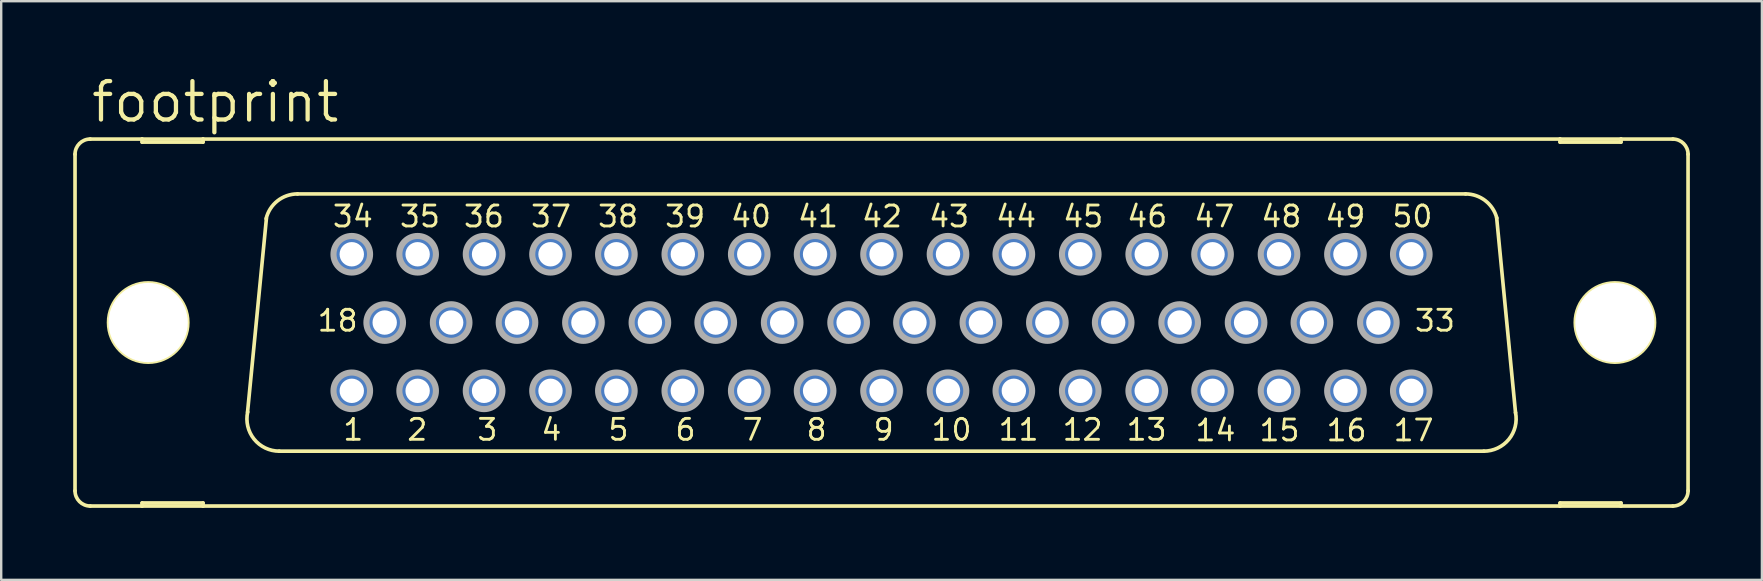
<source format=kicad_pcb>
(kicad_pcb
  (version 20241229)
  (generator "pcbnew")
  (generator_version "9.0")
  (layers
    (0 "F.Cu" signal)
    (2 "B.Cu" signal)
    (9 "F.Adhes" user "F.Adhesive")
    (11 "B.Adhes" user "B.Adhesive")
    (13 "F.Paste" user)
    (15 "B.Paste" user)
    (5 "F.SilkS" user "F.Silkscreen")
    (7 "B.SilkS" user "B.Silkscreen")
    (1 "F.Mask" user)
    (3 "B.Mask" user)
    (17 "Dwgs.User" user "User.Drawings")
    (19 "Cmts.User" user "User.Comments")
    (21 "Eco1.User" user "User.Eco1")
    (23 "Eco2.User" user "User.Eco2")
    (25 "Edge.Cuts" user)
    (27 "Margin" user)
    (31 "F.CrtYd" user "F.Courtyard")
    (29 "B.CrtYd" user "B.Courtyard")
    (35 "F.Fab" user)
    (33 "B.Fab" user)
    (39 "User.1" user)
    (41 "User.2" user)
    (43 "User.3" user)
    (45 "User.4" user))
  (footprint "footprint"
    (layer "F.Cu")
    (at 33.68 10.389)
    (property "Reference" "footprint" (at -33.02 -8.255 0) (layer "F.SilkS") (effects (font (size 1.6 1.6) (thickness 0.178)) (justify left bottom)))
    (fp_line (start -33.604 7.01) (end -33.604 -7.01) (stroke (width 0.152) (type solid)) (layer "F.SilkS"))
    (fp_line (start -32.969 7.645) (end -30.81 7.645) (stroke (width 0.152) (type solid)) (layer "F.SilkS"))
    (fp_line (start -30.81 -7.645) (end -32.969 -7.645) (stroke (width 0.152) (type solid)) (layer "F.SilkS"))
    (fp_line (start -30.81 -7.518) (end -30.81 -7.645) (stroke (width 0.152) (type solid)) (layer "F.SilkS"))
    (fp_line (start -30.81 7.518) (end -30.81 7.645) (stroke (width 0.152) (type solid)) (layer "F.SilkS"))
    (fp_line (start -30.81 7.645) (end -28.27 7.645) (stroke (width 0.152) (type solid)) (layer "F.SilkS"))
    (fp_line (start -28.27 -7.645) (end -30.81 -7.645) (stroke (width 0.152) (type solid)) (layer "F.SilkS"))
    (fp_line (start -28.27 -7.645) (end -28.27 -7.518) (stroke (width 0.152) (type solid)) (layer "F.SilkS"))
    (fp_line (start -28.27 -7.518) (end -30.81 -7.518) (stroke (width 0.152) (type solid)) (layer "F.SilkS"))
    (fp_line (start -28.27 7.518) (end -30.81 7.518) (stroke (width 0.152) (type solid)) (layer "F.SilkS"))
    (fp_line (start -28.27 7.645) (end -28.27 7.518) (stroke (width 0.152) (type solid)) (layer "F.SilkS"))
    (fp_line (start -28.27 7.645) (end 28.27 7.645) (stroke (width 0.152) (type solid)) (layer "F.SilkS"))
    (fp_line (start -26.416 3.734) (end -25.629 -4.343) (stroke (width 0.152) (type solid)) (layer "F.SilkS"))
    (fp_line (start 24.333 -5.359) (end -24.333 -5.359) (stroke (width 0.152) (type solid)) (layer "F.SilkS"))
    (fp_line (start 25.095 5.359) (end -25.095 5.359) (stroke (width 0.152) (type solid)) (layer "F.SilkS"))
    (fp_line (start 25.629 -4.369) (end 26.416 3.759) (stroke (width 0.152) (type solid)) (layer "F.SilkS"))
    (fp_line (start 28.27 -7.645) (end -28.27 -7.645) (stroke (width 0.152) (type solid)) (layer "F.SilkS"))
    (fp_line (start 28.27 -7.518) (end 28.27 -7.645) (stroke (width 0.152) (type solid)) (layer "F.SilkS"))
    (fp_line (start 28.27 7.518) (end 28.27 7.645) (stroke (width 0.152) (type solid)) (layer "F.SilkS"))
    (fp_line (start 28.27 7.645) (end 30.81 7.645) (stroke (width 0.152) (type solid)) (layer "F.SilkS"))
    (fp_line (start 30.81 -7.645) (end 28.27 -7.645) (stroke (width 0.152) (type solid)) (layer "F.SilkS"))
    (fp_line (start 30.81 -7.645) (end 30.81 -7.518) (stroke (width 0.152) (type solid)) (layer "F.SilkS"))
    (fp_line (start 30.81 -7.518) (end 28.27 -7.518) (stroke (width 0.152) (type solid)) (layer "F.SilkS"))
    (fp_line (start 30.81 7.518) (end 28.27 7.518) (stroke (width 0.152) (type solid)) (layer "F.SilkS"))
    (fp_line (start 30.81 7.645) (end 30.81 7.518) (stroke (width 0.152) (type solid)) (layer "F.SilkS"))
    (fp_line (start 30.81 7.645) (end 32.969 7.645) (stroke (width 0.152) (type solid)) (layer "F.SilkS"))
    (fp_line (start 32.969 -7.645) (end 30.81 -7.645) (stroke (width 0.152) (type solid)) (layer "F.SilkS"))
    (fp_line (start 33.604 7.01) (end 33.604 -7.01) (stroke (width 0.152) (type solid)) (layer "F.SilkS"))
    (fp_arc (start -33.6042 -7.0104) (mid -33.418213 -7.459413) (end -32.9692 -7.6454) (stroke (width 0.1524) (type solid)) (layer "F.SilkS"))
    (fp_arc (start -32.9692 7.6454) (mid -33.418213 7.459413) (end -33.6042 7.0104) (stroke (width 0.1524) (type solid)) (layer "F.SilkS"))
    (fp_arc (start -25.6422 -4.3274) (mid -25.166655 -5.070446) (end -24.333199 -5.3596) (stroke (width 0.1524) (type solid)) (layer "F.SilkS"))
    (fp_arc (start -25.0952 5.3591) (mid -26.143577 4.85738) (end -26.4105 3.7262) (stroke (width 0.1524) (type solid)) (layer "F.SilkS"))
    (fp_arc (start 24.3332 -5.3594) (mid 25.1567 -5.078145) (end 25.6361 -4.3519) (stroke (width 0.1524) (type solid)) (layer "F.SilkS"))
    (fp_arc (start 26.4153 3.7492) (mid 26.136282 4.866684) (end 25.0952 5.3594) (stroke (width 0.1524) (type solid)) (layer "F.SilkS"))
    (fp_arc (start 32.9692 -7.6454) (mid 33.418213 -7.459413) (end 33.6042 -7.0104) (stroke (width 0.1524) (type solid)) (layer "F.SilkS"))
    (fp_arc (start 33.6042 7.0104) (mid 33.418213 7.459413) (end 32.9692 7.6454) (stroke (width 0.1524) (type solid)) (layer "F.SilkS"))
    (fp_circle (center -30.556 0) (end -28.905 0) (stroke (width 0.152) (type solid)) (fill no) (layer "F.SilkS"))
    (fp_circle (center 30.556 0) (end 32.207 0) (stroke (width 0.152) (type solid)) (fill no) (layer "F.SilkS"))
    (fp_circle (center -22.073 -2.845) (end -21.311 -2.845) (stroke (width 0.254) (type solid)) (fill no) (layer "F.Fab"))
    (fp_circle (center -22.073 2.845) (end -21.311 2.845) (stroke (width 0.254) (type solid)) (fill no) (layer "F.Fab"))
    (fp_circle (center -20.701 0) (end -19.939 0) (stroke (width 0.254) (type solid)) (fill no) (layer "F.Fab"))
    (fp_circle (center -19.329 -2.845) (end -18.567 -2.845) (stroke (width 0.254) (type solid)) (fill no) (layer "F.Fab"))
    (fp_circle (center -19.329 2.845) (end -18.567 2.845) (stroke (width 0.254) (type solid)) (fill no) (layer "F.Fab"))
    (fp_circle (center -17.932 0) (end -17.17 0) (stroke (width 0.254) (type solid)) (fill no) (layer "F.Fab"))
    (fp_circle (center -16.561 -2.845) (end -15.799 -2.845) (stroke (width 0.254) (type solid)) (fill no) (layer "F.Fab"))
    (fp_circle (center -16.561 2.845) (end -15.799 2.845) (stroke (width 0.254) (type solid)) (fill no) (layer "F.Fab"))
    (fp_circle (center -15.189 0) (end -14.427 0) (stroke (width 0.254) (type solid)) (fill no) (layer "F.Fab"))
    (fp_circle (center -13.792 -2.845) (end -13.03 -2.845) (stroke (width 0.254) (type solid)) (fill no) (layer "F.Fab"))
    (fp_circle (center -13.792 2.845) (end -13.03 2.845) (stroke (width 0.254) (type solid)) (fill no) (layer "F.Fab"))
    (fp_circle (center -12.421 0) (end -11.659 0) (stroke (width 0.254) (type solid)) (fill no) (layer "F.Fab"))
    (fp_circle (center -11.049 -2.845) (end -10.287 -2.845) (stroke (width 0.254) (type solid)) (fill no) (layer "F.Fab"))
    (fp_circle (center -11.049 2.845) (end -10.287 2.845) (stroke (width 0.254) (type solid)) (fill no) (layer "F.Fab"))
    (fp_circle (center -9.652 0) (end -8.89 0) (stroke (width 0.254) (type solid)) (fill no) (layer "F.Fab"))
    (fp_circle (center -8.28 -2.845) (end -7.518 -2.845) (stroke (width 0.254) (type solid)) (fill no) (layer "F.Fab"))
    (fp_circle (center -8.28 2.845) (end -7.518 2.845) (stroke (width 0.254) (type solid)) (fill no) (layer "F.Fab"))
    (fp_circle (center -6.909 0) (end -6.147 0) (stroke (width 0.254) (type solid)) (fill no) (layer "F.Fab"))
    (fp_circle (center -5.512 -2.845) (end -4.75 -2.845) (stroke (width 0.254) (type solid)) (fill no) (layer "F.Fab"))
    (fp_circle (center -5.512 2.845) (end -4.75 2.845) (stroke (width 0.254) (type solid)) (fill no) (layer "F.Fab"))
    (fp_circle (center -4.14 0) (end -3.378 0) (stroke (width 0.254) (type solid)) (fill no) (layer "F.Fab"))
    (fp_circle (center -2.769 -2.845) (end -2.007 -2.845) (stroke (width 0.254) (type solid)) (fill no) (layer "F.Fab"))
    (fp_circle (center -2.769 2.845) (end -2.007 2.845) (stroke (width 0.254) (type solid)) (fill no) (layer "F.Fab"))
    (fp_circle (center -1.372 0) (end -0.61 0) (stroke (width 0.254) (type solid)) (fill no) (layer "F.Fab"))
    (fp_circle (center 0 -2.845) (end 0.762 -2.845) (stroke (width 0.254) (type solid)) (fill no) (layer "F.Fab"))
    (fp_circle (center 0 2.845) (end 0.762 2.845) (stroke (width 0.254) (type solid)) (fill no) (layer "F.Fab"))
    (fp_circle (center 1.372 0) (end 2.134 0) (stroke (width 0.254) (type solid)) (fill no) (layer "F.Fab"))
    (fp_circle (center 2.769 -2.845) (end 3.531 -2.845) (stroke (width 0.254) (type solid)) (fill no) (layer "F.Fab"))
    (fp_circle (center 2.769 2.845) (end 3.531 2.845) (stroke (width 0.254) (type solid)) (fill no) (layer "F.Fab"))
    (fp_circle (center 4.14 0) (end 4.902 0) (stroke (width 0.254) (type solid)) (fill no) (layer "F.Fab"))
    (fp_circle (center 5.512 -2.845) (end 6.274 -2.845) (stroke (width 0.254) (type solid)) (fill no) (layer "F.Fab"))
    (fp_circle (center 5.512 2.845) (end 6.274 2.845) (stroke (width 0.254) (type solid)) (fill no) (layer "F.Fab"))
    (fp_circle (center 6.909 0) (end 7.671 0) (stroke (width 0.254) (type solid)) (fill no) (layer "F.Fab"))
    (fp_circle (center 8.28 -2.845) (end 9.042 -2.845) (stroke (width 0.254) (type solid)) (fill no) (layer "F.Fab"))
    (fp_circle (center 8.28 2.845) (end 9.042 2.845) (stroke (width 0.254) (type solid)) (fill no) (layer "F.Fab"))
    (fp_circle (center 9.652 0) (end 10.414 0) (stroke (width 0.254) (type solid)) (fill no) (layer "F.Fab"))
    (fp_circle (center 11.049 -2.845) (end 11.811 -2.845) (stroke (width 0.254) (type solid)) (fill no) (layer "F.Fab"))
    (fp_circle (center 11.049 2.845) (end 11.811 2.845) (stroke (width 0.254) (type solid)) (fill no) (layer "F.Fab"))
    (fp_circle (center 12.421 0) (end 13.183 0) (stroke (width 0.254) (type solid)) (fill no) (layer "F.Fab"))
    (fp_circle (center 13.792 -2.845) (end 14.554 -2.845) (stroke (width 0.254) (type solid)) (fill no) (layer "F.Fab"))
    (fp_circle (center 13.792 2.845) (end 14.554 2.845) (stroke (width 0.254) (type solid)) (fill no) (layer "F.Fab"))
    (fp_circle (center 15.189 0) (end 15.951 0) (stroke (width 0.254) (type solid)) (fill no) (layer "F.Fab"))
    (fp_circle (center 16.561 -2.845) (end 17.323 -2.845) (stroke (width 0.254) (type solid)) (fill no) (layer "F.Fab"))
    (fp_circle (center 16.561 2.845) (end 17.323 2.845) (stroke (width 0.254) (type solid)) (fill no) (layer "F.Fab"))
    (fp_circle (center 17.932 0) (end 18.694 0) (stroke (width 0.254) (type solid)) (fill no) (layer "F.Fab"))
    (fp_circle (center 19.329 -2.845) (end 20.091 -2.845) (stroke (width 0.254) (type solid)) (fill no) (layer "F.Fab"))
    (fp_circle (center 19.329 2.845) (end 20.091 2.845) (stroke (width 0.254) (type solid)) (fill no) (layer "F.Fab"))
    (fp_circle (center 20.701 0) (end 21.463 0) (stroke (width 0.254) (type solid)) (fill no) (layer "F.Fab"))
    (fp_circle (center 22.073 -2.845) (end 22.835 -2.845) (stroke (width 0.254) (type solid)) (fill no) (layer "F.Fab"))
    (fp_circle (center 22.073 2.845) (end 22.835 2.845) (stroke (width 0.254) (type solid)) (fill no) (layer "F.Fab"))
    (fp_text user "35" (at -20.142 -3.912 0) (layer "F.SilkS") (effects (font (size 0.872 0.872) (thickness 0.119)) (justify left bottom)))
    (fp_text user "13" (at 10.135 4.978 0) (layer "F.SilkS") (effects (font (size 0.872 0.872) (thickness 0.119)) (justify left bottom)))
    (fp_text user "17" (at 21.26 5.004 0) (layer "F.SilkS") (effects (font (size 0.872 0.872) (thickness 0.119)) (justify left bottom)))
    (fp_text user "16" (at 18.466 5.004 0) (layer "F.SilkS") (effects (font (size 0.872 0.872) (thickness 0.119)) (justify left bottom)))
    (fp_text user "7" (at -5.867 4.978 0) (layer "F.SilkS") (effects (font (size 0.872 0.872) (thickness 0.119)) (justify left bottom)))
    (fp_text user "4" (at -14.249 4.978 0) (layer "F.SilkS") (effects (font (size 0.872 0.872) (thickness 0.119)) (justify left bottom)))
    (fp_text user "38" (at -11.887 -3.912 0) (layer "F.SilkS") (effects (font (size 0.872 0.872) (thickness 0.119)) (justify left bottom)))
    (fp_text user "18" (at -23.571 0.432 0) (layer "F.SilkS") (effects (font (size 0.872 0.872) (thickness 0.119)) (justify left bottom)))
    (fp_text user "9" (at -0.406 4.978 0) (layer "F.SilkS") (effects (font (size 0.872 0.872) (thickness 0.119)) (justify left bottom)))
    (fp_text user "8" (at -3.2 4.978 0) (layer "F.SilkS") (effects (font (size 0.872 0.872) (thickness 0.119)) (justify left bottom)))
    (fp_text user "45" (at 7.493 -3.912 0) (layer "F.SilkS") (effects (font (size 0.872 0.872) (thickness 0.119)) (justify left bottom)))
    (fp_text user "50" (at 21.209 -3.912 0) (layer "F.SilkS") (effects (font (size 0.872 0.872) (thickness 0.119)) (justify left bottom)))
    (fp_text user "47" (at 12.954 -3.912 0) (layer "F.SilkS") (effects (font (size 0.872 0.872) (thickness 0.119)) (justify left bottom)))
    (fp_text user "42" (at -0.889 -3.912 0) (layer "F.SilkS") (effects (font (size 0.872 0.872) (thickness 0.119)) (justify left bottom)))
    (fp_text user "40" (at -6.35 -3.912 0) (layer "F.SilkS") (effects (font (size 0.872 0.872) (thickness 0.119)) (justify left bottom)))
    (fp_text user "44" (at 4.699 -3.912 0) (layer "F.SilkS") (effects (font (size 0.872 0.872) (thickness 0.119)) (justify left bottom)))
    (fp_text user "2" (at -19.837 4.978 0) (layer "F.SilkS") (effects (font (size 0.872 0.872) (thickness 0.119)) (justify left bottom)))
    (fp_text user "14" (at 13.005 5.004 0) (layer "F.SilkS") (effects (font (size 0.872 0.872) (thickness 0.119)) (justify left bottom)))
    (fp_text user "33" (at 22.149 0.432 0) (layer "F.SilkS") (effects (font (size 0.872 0.872) (thickness 0.119)) (justify left bottom)))
    (fp_text user "37" (at -14.681 -3.912 0) (layer "F.SilkS") (effects (font (size 0.872 0.872) (thickness 0.119)) (justify left bottom)))
    (fp_text user "49" (at 18.415 -3.912 0) (layer "F.SilkS") (effects (font (size 0.872 0.872) (thickness 0.119)) (justify left bottom)))
    (fp_text user "3" (at -16.916 4.978 0) (layer "F.SilkS") (effects (font (size 0.872 0.872) (thickness 0.119)) (justify left bottom)))
    (fp_text user "10" (at 2.007 4.978 0) (layer "F.SilkS") (effects (font (size 0.872 0.872) (thickness 0.119)) (justify left bottom)))
    (fp_text user "34" (at -22.936 -3.912 0) (layer "F.SilkS") (effects (font (size 0.872 0.872) (thickness 0.119)) (justify left bottom)))
    (fp_text user "11" (at 4.801 4.978 0) (layer "F.SilkS") (effects (font (size 0.872 0.872) (thickness 0.119)) (justify left bottom)))
    (fp_text user "43" (at 1.905 -3.912 0) (layer "F.SilkS") (effects (font (size 0.872 0.872) (thickness 0.119)) (justify left bottom)))
    (fp_text user "12" (at 7.468 4.978 0) (layer "F.SilkS") (effects (font (size 0.872 0.872) (thickness 0.119)) (justify left bottom)))
    (fp_text user "5" (at -11.455 4.978 0) (layer "F.SilkS") (effects (font (size 0.872 0.872) (thickness 0.119)) (justify left bottom)))
    (fp_text user "36" (at -17.475 -3.912 0) (layer "F.SilkS") (effects (font (size 0.872 0.872) (thickness 0.119)) (justify left bottom)))
    (fp_text user "46" (at 10.16 -3.912 0) (layer "F.SilkS") (effects (font (size 0.872 0.872) (thickness 0.119)) (justify left bottom)))
    (fp_text user "6" (at -8.661 4.978 0) (layer "F.SilkS") (effects (font (size 0.872 0.872) (thickness 0.119)) (justify left bottom)))
    (fp_text user "15" (at 15.672 5.004 0) (layer "F.SilkS") (effects (font (size 0.872 0.872) (thickness 0.119)) (justify left bottom)))
    (fp_text user "39" (at -9.093 -3.912 0) (layer "F.SilkS") (effects (font (size 0.872 0.872) (thickness 0.119)) (justify left bottom)))
    (fp_text user "1" (at -22.504 4.978 0) (layer "F.SilkS") (effects (font (size 0.872 0.872) (thickness 0.119)) (justify left bottom)))
    (fp_text user "41" (at -3.556 -3.912 0) (layer "F.SilkS") (effects (font (size 0.872 0.872) (thickness 0.119)) (justify left bottom)))
    (fp_text user "48" (at 15.748 -3.912 0) (layer "F.SilkS") (effects (font (size 0.872 0.872) (thickness 0.119)) (justify left bottom)))
    (pad "" np_thru_hole circle (at -30.556 0) (size 3.302 3.302) (drill 3.302) (layers "*.Cu" "*.Mask"))
    (pad "" np_thru_hole circle (at 30.556 0) (size 3.302 3.302) (drill 3.302) (layers "*.Cu" "*.Mask"))
    (pad "1" thru_hole roundrect (at -22.073 2.845) (size 1.524 1.524) (drill 1.016) (layers "*.Cu" "*.Mask") (roundrect_rratio 0.25) (chamfer_ratio 0.25) (chamfer top_left top_right bottom_left bottom_right))
    (pad "2" thru_hole roundrect (at -19.329 2.845) (size 1.524 1.524) (drill 1.016) (layers "*.Cu" "*.Mask") (roundrect_rratio 0.25) (chamfer_ratio 0.25) (chamfer top_left top_right bottom_left bottom_right))
    (pad "3" thru_hole roundrect (at -16.561 2.845) (size 1.524 1.524) (drill 1.016) (layers "*.Cu" "*.Mask") (roundrect_rratio 0.25) (chamfer_ratio 0.25) (chamfer top_left top_right bottom_left bottom_right))
    (pad "4" thru_hole roundrect (at -13.792 2.845) (size 1.524 1.524) (drill 1.016) (layers "*.Cu" "*.Mask") (roundrect_rratio 0.25) (chamfer_ratio 0.25) (chamfer top_left top_right bottom_left bottom_right))
    (pad "5" thru_hole roundrect (at -11.049 2.845) (size 1.524 1.524) (drill 1.016) (layers "*.Cu" "*.Mask") (roundrect_rratio 0.25) (chamfer_ratio 0.25) (chamfer top_left top_right bottom_left bottom_right))
    (pad "6" thru_hole roundrect (at -8.28 2.845) (size 1.524 1.524) (drill 1.016) (layers "*.Cu" "*.Mask") (roundrect_rratio 0.25) (chamfer_ratio 0.25) (chamfer top_left top_right bottom_left bottom_right))
    (pad "7" thru_hole roundrect (at -5.512 2.845) (size 1.524 1.524) (drill 1.016) (layers "*.Cu" "*.Mask") (roundrect_rratio 0.25) (chamfer_ratio 0.25) (chamfer top_left top_right bottom_left bottom_right))
    (pad "8" thru_hole roundrect (at -2.769 2.845) (size 1.524 1.524) (drill 1.016) (layers "*.Cu" "*.Mask") (roundrect_rratio 0.25) (chamfer_ratio 0.25) (chamfer top_left top_right bottom_left bottom_right))
    (pad "9" thru_hole roundrect (at 0 2.845) (size 1.524 1.524) (drill 1.016) (layers "*.Cu" "*.Mask") (roundrect_rratio 0.25) (chamfer_ratio 0.25) (chamfer top_left top_right bottom_left bottom_right))
    (pad "10" thru_hole roundrect (at 2.769 2.845) (size 1.524 1.524) (drill 1.016) (layers "*.Cu" "*.Mask") (roundrect_rratio 0.25) (chamfer_ratio 0.25) (chamfer top_left top_right bottom_left bottom_right))
    (pad "11" thru_hole roundrect (at 5.512 2.845) (size 1.524 1.524) (drill 1.016) (layers "*.Cu" "*.Mask") (roundrect_rratio 0.25) (chamfer_ratio 0.25) (chamfer top_left top_right bottom_left bottom_right))
    (pad "12" thru_hole roundrect (at 8.28 2.845) (size 1.524 1.524) (drill 1.016) (layers "*.Cu" "*.Mask") (roundrect_rratio 0.25) (chamfer_ratio 0.25) (chamfer top_left top_right bottom_left bottom_right))
    (pad "13" thru_hole roundrect (at 11.049 2.845) (size 1.524 1.524) (drill 1.016) (layers "*.Cu" "*.Mask") (roundrect_rratio 0.25) (chamfer_ratio 0.25) (chamfer top_left top_right bottom_left bottom_right))
    (pad "14" thru_hole roundrect (at 13.792 2.845) (size 1.524 1.524) (drill 1.016) (layers "*.Cu" "*.Mask") (roundrect_rratio 0.25) (chamfer_ratio 0.25) (chamfer top_left top_right bottom_left bottom_right))
    (pad "15" thru_hole roundrect (at 16.561 2.845) (size 1.524 1.524) (drill 1.016) (layers "*.Cu" "*.Mask") (roundrect_rratio 0.25) (chamfer_ratio 0.25) (chamfer top_left top_right bottom_left bottom_right))
    (pad "16" thru_hole roundrect (at 19.329 2.845) (size 1.524 1.524) (drill 1.016) (layers "*.Cu" "*.Mask") (roundrect_rratio 0.25) (chamfer_ratio 0.25) (chamfer top_left top_right bottom_left bottom_right))
    (pad "17" thru_hole roundrect (at 22.073 2.845) (size 1.524 1.524) (drill 1.016) (layers "*.Cu" "*.Mask") (roundrect_rratio 0.25) (chamfer_ratio 0.25) (chamfer top_left top_right bottom_left bottom_right))
    (pad "18" thru_hole roundrect (at -20.701 0) (size 1.524 1.524) (drill 1.016) (layers "*.Cu" "*.Mask") (roundrect_rratio 0.25) (chamfer_ratio 0.25) (chamfer top_left top_right bottom_left bottom_right))
    (pad "19" thru_hole roundrect (at -17.932 0) (size 1.524 1.524) (drill 1.016) (layers "*.Cu" "*.Mask") (roundrect_rratio 0.25) (chamfer_ratio 0.25) (chamfer top_left top_right bottom_left bottom_right))
    (pad "20" thru_hole roundrect (at -15.189 0) (size 1.524 1.524) (drill 1.016) (layers "*.Cu" "*.Mask") (roundrect_rratio 0.25) (chamfer_ratio 0.25) (chamfer top_left top_right bottom_left bottom_right))
    (pad "21" thru_hole roundrect (at -12.421 0) (size 1.524 1.524) (drill 1.016) (layers "*.Cu" "*.Mask") (roundrect_rratio 0.25) (chamfer_ratio 0.25) (chamfer top_left top_right bottom_left bottom_right))
    (pad "22" thru_hole roundrect (at -9.652 0) (size 1.524 1.524) (drill 1.016) (layers "*.Cu" "*.Mask") (roundrect_rratio 0.25) (chamfer_ratio 0.25) (chamfer top_left top_right bottom_left bottom_right))
    (pad "23" thru_hole roundrect (at -6.909 0) (size 1.524 1.524) (drill 1.016) (layers "*.Cu" "*.Mask") (roundrect_rratio 0.25) (chamfer_ratio 0.25) (chamfer top_left top_right bottom_left bottom_right))
    (pad "24" thru_hole roundrect (at -4.14 0) (size 1.524 1.524) (drill 1.016) (layers "*.Cu" "*.Mask") (roundrect_rratio 0.25) (chamfer_ratio 0.25) (chamfer top_left top_right bottom_left bottom_right))
    (pad "25" thru_hole roundrect (at -1.372 0) (size 1.524 1.524) (drill 1.016) (layers "*.Cu" "*.Mask") (roundrect_rratio 0.25) (chamfer_ratio 0.25) (chamfer top_left top_right bottom_left bottom_right))
    (pad "26" thru_hole roundrect (at 1.372 0) (size 1.524 1.524) (drill 1.016) (layers "*.Cu" "*.Mask") (roundrect_rratio 0.25) (chamfer_ratio 0.25) (chamfer top_left top_right bottom_left bottom_right))
    (pad "27" thru_hole roundrect (at 4.14 0) (size 1.524 1.524) (drill 1.016) (layers "*.Cu" "*.Mask") (roundrect_rratio 0.25) (chamfer_ratio 0.25) (chamfer top_left top_right bottom_left bottom_right))
    (pad "28" thru_hole roundrect (at 6.909 0) (size 1.524 1.524) (drill 1.016) (layers "*.Cu" "*.Mask") (roundrect_rratio 0.25) (chamfer_ratio 0.25) (chamfer top_left top_right bottom_left bottom_right))
    (pad "29" thru_hole roundrect (at 9.652 0) (size 1.524 1.524) (drill 1.016) (layers "*.Cu" "*.Mask") (roundrect_rratio 0.25) (chamfer_ratio 0.25) (chamfer top_left top_right bottom_left bottom_right))
    (pad "30" thru_hole roundrect (at 12.421 0) (size 1.524 1.524) (drill 1.016) (layers "*.Cu" "*.Mask") (roundrect_rratio 0.25) (chamfer_ratio 0.25) (chamfer top_left top_right bottom_left bottom_right))
    (pad "31" thru_hole roundrect (at 15.189 0) (size 1.524 1.524) (drill 1.016) (layers "*.Cu" "*.Mask") (roundrect_rratio 0.25) (chamfer_ratio 0.25) (chamfer top_left top_right bottom_left bottom_right))
    (pad "32" thru_hole roundrect (at 17.932 0) (size 1.524 1.524) (drill 1.016) (layers "*.Cu" "*.Mask") (roundrect_rratio 0.25) (chamfer_ratio 0.25) (chamfer top_left top_right bottom_left bottom_right))
    (pad "33" thru_hole roundrect (at 20.701 0) (size 1.524 1.524) (drill 1.016) (layers "*.Cu" "*.Mask") (roundrect_rratio 0.25) (chamfer_ratio 0.25) (chamfer top_left top_right bottom_left bottom_right))
    (pad "34" thru_hole roundrect (at -22.073 -2.845) (size 1.524 1.524) (drill 1.016) (layers "*.Cu" "*.Mask") (roundrect_rratio 0.25) (chamfer_ratio 0.25) (chamfer top_left top_right bottom_left bottom_right))
    (pad "35" thru_hole roundrect (at -19.329 -2.845) (size 1.524 1.524) (drill 1.016) (layers "*.Cu" "*.Mask") (roundrect_rratio 0.25) (chamfer_ratio 0.25) (chamfer top_left top_right bottom_left bottom_right))
    (pad "36" thru_hole roundrect (at -16.561 -2.845) (size 1.524 1.524) (drill 1.016) (layers "*.Cu" "*.Mask") (roundrect_rratio 0.25) (chamfer_ratio 0.25) (chamfer top_left top_right bottom_left bottom_right))
    (pad "37" thru_hole roundrect (at -13.792 -2.845) (size 1.524 1.524) (drill 1.016) (layers "*.Cu" "*.Mask") (roundrect_rratio 0.25) (chamfer_ratio 0.25) (chamfer top_left top_right bottom_left bottom_right))
    (pad "38" thru_hole roundrect (at -11.049 -2.845) (size 1.524 1.524) (drill 1.016) (layers "*.Cu" "*.Mask") (roundrect_rratio 0.25) (chamfer_ratio 0.25) (chamfer top_left top_right bottom_left bottom_right))
    (pad "39" thru_hole roundrect (at -8.28 -2.845) (size 1.524 1.524) (drill 1.016) (layers "*.Cu" "*.Mask") (roundrect_rratio 0.25) (chamfer_ratio 0.25) (chamfer top_left top_right bottom_left bottom_right))
    (pad "40" thru_hole roundrect (at -5.512 -2.845) (size 1.524 1.524) (drill 1.016) (layers "*.Cu" "*.Mask") (roundrect_rratio 0.25) (chamfer_ratio 0.25) (chamfer top_left top_right bottom_left bottom_right))
    (pad "41" thru_hole roundrect (at -2.769 -2.845) (size 1.524 1.524) (drill 1.016) (layers "*.Cu" "*.Mask") (roundrect_rratio 0.25) (chamfer_ratio 0.25) (chamfer top_left top_right bottom_left bottom_right))
    (pad "42" thru_hole roundrect (at 0 -2.845) (size 1.524 1.524) (drill 1.016) (layers "*.Cu" "*.Mask") (roundrect_rratio 0.25) (chamfer_ratio 0.25) (chamfer top_left top_right bottom_left bottom_right))
    (pad "43" thru_hole roundrect (at 2.769 -2.845) (size 1.524 1.524) (drill 1.016) (layers "*.Cu" "*.Mask") (roundrect_rratio 0.25) (chamfer_ratio 0.25) (chamfer top_left top_right bottom_left bottom_right))
    (pad "44" thru_hole roundrect (at 5.512 -2.845) (size 1.524 1.524) (drill 1.016) (layers "*.Cu" "*.Mask") (roundrect_rratio 0.25) (chamfer_ratio 0.25) (chamfer top_left top_right bottom_left bottom_right))
    (pad "45" thru_hole roundrect (at 8.28 -2.845) (size 1.524 1.524) (drill 1.016) (layers "*.Cu" "*.Mask") (roundrect_rratio 0.25) (chamfer_ratio 0.25) (chamfer top_left top_right bottom_left bottom_right))
    (pad "46" thru_hole roundrect (at 11.049 -2.845) (size 1.524 1.524) (drill 1.016) (layers "*.Cu" "*.Mask") (roundrect_rratio 0.25) (chamfer_ratio 0.25) (chamfer top_left top_right bottom_left bottom_right))
    (pad "47" thru_hole roundrect (at 13.792 -2.845) (size 1.524 1.524) (drill 1.016) (layers "*.Cu" "*.Mask") (roundrect_rratio 0.25) (chamfer_ratio 0.25) (chamfer top_left top_right bottom_left bottom_right))
    (pad "48" thru_hole roundrect (at 16.561 -2.845) (size 1.524 1.524) (drill 1.016) (layers "*.Cu" "*.Mask") (roundrect_rratio 0.25) (chamfer_ratio 0.25) (chamfer top_left top_right bottom_left bottom_right))
    (pad "49" thru_hole roundrect (at 19.329 -2.845) (size 1.524 1.524) (drill 1.016) (layers "*.Cu" "*.Mask") (roundrect_rratio 0.25) (chamfer_ratio 0.25) (chamfer top_left top_right bottom_left bottom_right))
    (pad "50" thru_hole roundrect (at 22.073 -2.845) (size 1.524 1.524) (drill 1.016) (layers "*.Cu" "*.Mask") (roundrect_rratio 0.25) (chamfer_ratio 0.25) (chamfer top_left top_right bottom_left bottom_right))
    (zone (net_name "") (layers "F.Cu" "B.Cu") (hatch edge 0.508) (connect_pads) (min_thickness 0.254) (filled_areas_thickness no) (keepout (tracks allowed) (vias not_allowed) (pads allowed) (copperpour allowed) (footprints allowed)) (placement (enabled no)) (fill) (polygon (pts (xy 5.791 10.389) (xy 5.751 9.925) (xy 5.63 9.476) (xy 5.434 9.055) (xy 5.167 8.674) (xy 4.839 8.346) (xy 4.458 8.079) (xy 4.036 7.882) (xy 3.587 7.762) (xy 3.124 7.722) (xy 2.661 7.762) (xy 2.212 7.882) (xy 1.791 8.079) (xy 1.41 8.346) (xy 1.081 8.674) (xy 0.815 9.055) (xy 0.618 9.476) (xy 0.498 9.925) (xy 0.457 10.389) (xy 0.498 10.852) (xy 0.618 11.301) (xy 0.815 11.722) (xy 1.081 12.103) (xy 1.41 12.432) (xy 1.791 12.698) (xy 2.212 12.895) (xy 2.661 13.015) (xy 3.124 13.056) (xy 3.587 13.015) (xy 4.036 12.895) (xy 4.458 12.698) (xy 4.839 12.432) (xy 5.167 12.103) (xy 5.434 11.722) (xy 5.63 11.301) (xy 5.751 10.852))))
    (zone (net_name "") (layers "F.Cu" "B.Cu") (hatch edge 0.508) (connect_pads) (min_thickness 0.254) (filled_areas_thickness no) (keepout (tracks allowed) (vias not_allowed) (pads allowed) (copperpour allowed) (footprints allowed)) (placement (enabled no)) (fill) (polygon (pts (xy 66.904 10.389) (xy 66.863 9.925) (xy 66.743 9.476) (xy 66.546 9.055) (xy 66.28 8.674) (xy 65.951 8.346) (xy 65.57 8.079) (xy 65.149 7.882) (xy 64.7 7.762) (xy 64.237 7.722) (xy 63.773 7.762) (xy 63.324 7.882) (xy 62.903 8.079) (xy 62.522 8.346) (xy 62.194 8.674) (xy 61.927 9.055) (xy 61.73 9.476) (xy 61.61 9.925) (xy 61.57 10.389) (xy 61.61 10.852) (xy 61.73 11.301) (xy 61.927 11.722) (xy 62.194 12.103) (xy 62.522 12.432) (xy 62.903 12.698) (xy 63.324 12.895) (xy 63.773 13.015) (xy 64.237 13.056) (xy 64.7 13.015) (xy 65.149 12.895) (xy 65.57 12.698) (xy 65.951 12.432) (xy 66.28 12.103) (xy 66.546 11.722) (xy 66.743 11.301) (xy 66.863 10.852))))
    (zone (net_name "") (layer "B.Cu") (hatch edge 0.508) (connect_pads) (min_thickness 0.254) (filled_areas_thickness no) (keepout (tracks not_allowed) (vias not_allowed) (pads not_allowed) (copperpour not_allowed) (footprints allowed)) (placement (enabled no)) (fill) (polygon (pts (xy 5.791 10.389) (xy 5.751 9.925) (xy 5.63 9.476) (xy 5.434 9.055) (xy 5.167 8.674) (xy 4.839 8.346) (xy 4.458 8.079) (xy 4.036 7.882) (xy 3.587 7.762) (xy 3.124 7.722) (xy 2.661 7.762) (xy 2.212 7.882) (xy 1.791 8.079) (xy 1.41 8.346) (xy 1.081 8.674) (xy 0.815 9.055) (xy 0.618 9.476) (xy 0.498 9.925) (xy 0.457 10.389) (xy 0.498 10.852) (xy 0.618 11.301) (xy 0.815 11.722) (xy 1.081 12.103) (xy 1.41 12.432) (xy 1.791 12.698) (xy 2.212 12.895) (xy 2.661 13.015) (xy 3.124 13.056) (xy 3.587 13.015) (xy 4.036 12.895) (xy 4.458 12.698) (xy 4.839 12.432) (xy 5.167 12.103) (xy 5.434 11.722) (xy 5.63 11.301) (xy 5.751 10.852))))
    (zone (net_name "") (layer "B.Cu") (hatch edge 0.508) (connect_pads) (min_thickness 0.254) (filled_areas_thickness no) (keepout (tracks not_allowed) (vias not_allowed) (pads not_allowed) (copperpour not_allowed) (footprints allowed)) (placement (enabled no)) (fill) (polygon (pts (xy 66.904 10.389) (xy 66.863 9.925) (xy 66.743 9.476) (xy 66.546 9.055) (xy 66.28 8.674) (xy 65.951 8.346) (xy 65.57 8.079) (xy 65.149 7.882) (xy 64.7 7.762) (xy 64.237 7.722) (xy 63.773 7.762) (xy 63.324 7.882) (xy 62.903 8.079) (xy 62.522 8.346) (xy 62.194 8.674) (xy 61.927 9.055) (xy 61.73 9.476) (xy 61.61 9.925) (xy 61.57 10.389) (xy 61.61 10.852) (xy 61.73 11.301) (xy 61.927 11.722) (xy 62.194 12.103) (xy 62.522 12.432) (xy 62.903 12.698) (xy 63.324 12.895) (xy 63.773 13.015) (xy 64.237 13.056) (xy 64.7 13.015) (xy 65.149 12.895) (xy 65.57 12.698) (xy 65.951 12.432) (xy 66.28 12.103) (xy 66.546 11.722) (xy 66.743 11.301) (xy 66.863 10.852)))))
  (gr_rect
    (start -3 -3)
    (end 70.361 21.11)
    (stroke (width 0.1) (type default))
    (fill no)
    (layer "Edge.Cuts")))
</source>
